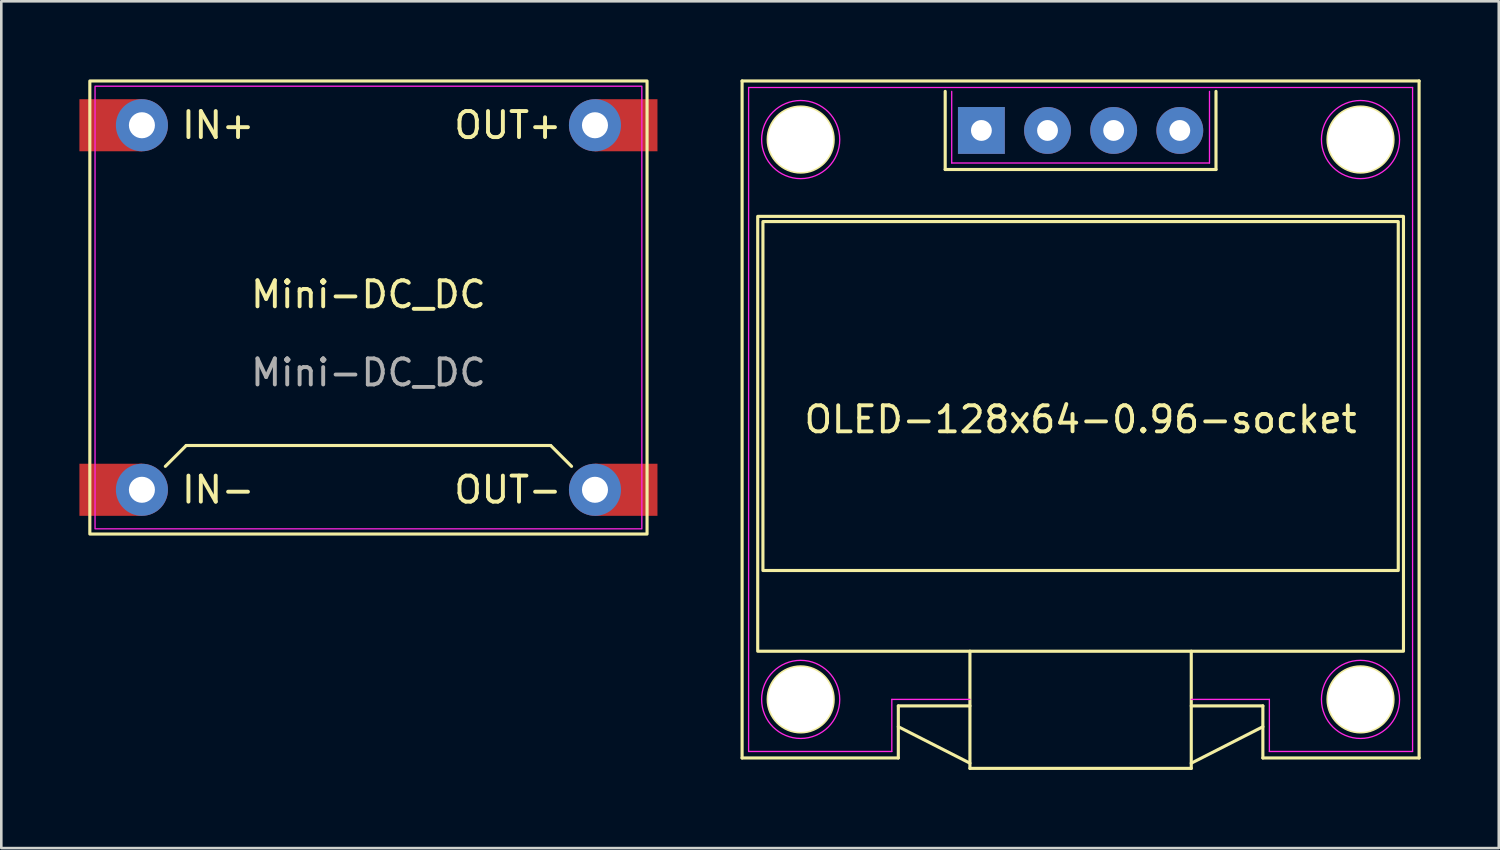
<source format=kicad_pcb>
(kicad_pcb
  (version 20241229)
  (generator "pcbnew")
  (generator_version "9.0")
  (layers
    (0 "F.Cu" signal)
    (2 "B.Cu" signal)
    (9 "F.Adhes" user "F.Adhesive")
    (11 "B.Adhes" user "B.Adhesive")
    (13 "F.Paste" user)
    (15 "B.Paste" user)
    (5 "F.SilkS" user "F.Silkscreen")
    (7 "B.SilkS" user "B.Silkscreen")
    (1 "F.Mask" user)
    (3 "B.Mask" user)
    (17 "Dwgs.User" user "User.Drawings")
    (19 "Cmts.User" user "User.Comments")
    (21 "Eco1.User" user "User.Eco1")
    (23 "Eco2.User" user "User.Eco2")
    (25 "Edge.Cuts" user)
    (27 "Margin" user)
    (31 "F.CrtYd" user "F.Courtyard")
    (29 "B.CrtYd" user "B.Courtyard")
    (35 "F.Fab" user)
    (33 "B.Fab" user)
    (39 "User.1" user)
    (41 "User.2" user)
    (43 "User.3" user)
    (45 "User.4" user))
  (footprint "Mini-DC_DC"
    (layer "F.Cu")
    (at 11.1 8.76)
    (property "Reference" "Mini-DC_DC" (at 0 -0.5 0) (unlocked yes) (layer "F.SilkS") (effects (font (size 1 1) (thickness 0.15))))
    (attr through_hole)
    (fp_line (start -7.8 6.1) (end -7 5.3) (stroke (width 0.12) (type default)) (layer "F.SilkS"))
    (fp_line (start -7 5.3) (end 7 5.3) (stroke (width 0.12) (type default)) (layer "F.SilkS"))
    (fp_line (start 7 5.3) (end 7.8 6.1) (stroke (width 0.12) (type default)) (layer "F.SilkS"))
    (fp_rect (start -10.7 -8.7) (end 10.7 8.7) (stroke (width 0.12) (type default)) (fill no) (layer "F.SilkS"))
    (fp_rect (start -10.5 -8.5) (end 10.5 8.5) (stroke (width 0.05) (type default)) (fill no) (layer "F.CrtYd"))
    (fp_text user "IN-" (at -7.25 7 0) (unlocked yes) (layer "F.SilkS") (effects (font (size 1 1) (thickness 0.15)) (justify left)))
    (fp_text user "OUT-" (at 7.5 7 0) (unlocked yes) (layer "F.SilkS") (effects (font (size 1 1) (thickness 0.15)) (justify right)))
    (fp_text user "IN+" (at -7.25 -7 0) (unlocked yes) (layer "F.SilkS") (effects (font (size 1 1) (thickness 0.15)) (justify left)))
    (fp_text user "OUT+" (at 7.5 -7 0) (unlocked yes) (layer "F.SilkS") (effects (font (size 1 1) (thickness 0.15)) (justify right)))
    (fp_text user "${REFERENCE}" (at 0 2.5 0) (unlocked yes) (layer "F.Fab") (effects (font (size 1 1) (thickness 0.15))))
    (pad "1" smd rect (at -10.3 -7) (size 2.4 2) (drill (offset 0.4 0)) (layers "F.Cu" "F.Mask"))
    (pad "1" thru_hole circle (at -8.7 -7) (size 2 2) (drill 1) (layers "*.Cu" "*.Mask"))
    (pad "2" smd rect (at -10.3 7) (size 2.4 2) (drill (offset 0.4 0)) (layers "F.Cu" "F.Mask"))
    (pad "2" thru_hole circle (at -8.7 7) (size 2 2) (drill 1) (layers "*.Cu" "*.Mask"))
    (pad "3" thru_hole circle (at 8.7 -7) (size 2 2) (drill 1) (layers "*.Cu" "*.Mask"))
    (pad "3" smd rect (at 9.5 -7) (size 2.4 2) (drill (offset 0.4 0)) (layers "F.Cu" "F.Mask"))
    (pad "4" thru_hole circle (at 8.7 7) (size 2 2) (drill 1) (layers "*.Cu" "*.Mask"))
    (pad "4" smd rect (at 9.5 7) (size 2.4 2) (drill (offset 0.4 0)) (layers "F.Cu" "F.Mask")))
  (footprint "OLED-128x64-0.96-socket"
    (layer "F.Cu")
    (at 25.45 26.06)
    (property "Reference" "OLED-128x64-0.96-socket" (at 13 -13 0) (layer "F.SilkS") (effects (font (size 1 1) (thickness 0.15))))
    (fp_line (start 0 -26) (end 0 0) (stroke (width 0.12) (type solid)) (layer "F.SilkS"))
    (fp_line (start 0 0) (end 6 0) (stroke (width 0.12) (type solid)) (layer "F.SilkS"))
    (fp_line (start 6 -2) (end 8.75 -2) (stroke (width 0.12) (type solid)) (layer "F.SilkS"))
    (fp_line (start 6 0) (end 6 -2) (stroke (width 0.12) (type solid)) (layer "F.SilkS"))
    (fp_line (start 7.8 -22.6) (end 7.8 -25.6) (stroke (width 0.12) (type solid)) (layer "F.SilkS"))
    (fp_line (start 8.75 0.2) (end 6 -1.2) (stroke (width 0.12) (type solid)) (layer "F.SilkS"))
    (fp_line (start 8.75 0.4) (end 8.75 -4.1) (stroke (width 0.12) (type solid)) (layer "F.SilkS"))
    (fp_line (start 8.75 0.4) (end 17.25 0.4) (stroke (width 0.12) (type solid)) (layer "F.SilkS"))
    (fp_line (start 17.25 -4.1) (end 17.25 0.4) (stroke (width 0.12) (type solid)) (layer "F.SilkS"))
    (fp_line (start 18.2 -25.6) (end 18.2 -22.6) (stroke (width 0.12) (type solid)) (layer "F.SilkS"))
    (fp_line (start 18.2 -22.6) (end 7.8 -22.6) (stroke (width 0.12) (type solid)) (layer "F.SilkS"))
    (fp_line (start 20 -2) (end 17.25 -2) (stroke (width 0.12) (type solid)) (layer "F.SilkS"))
    (fp_line (start 20 -2) (end 20 0) (stroke (width 0.12) (type solid)) (layer "F.SilkS"))
    (fp_line (start 20 -1.2) (end 17.25 0.2) (stroke (width 0.12) (type solid)) (layer "F.SilkS"))
    (fp_line (start 20 0) (end 26 0) (stroke (width 0.12) (type solid)) (layer "F.SilkS"))
    (fp_line (start 26 -26) (end 0 -26) (stroke (width 0.12) (type solid)) (layer "F.SilkS"))
    (fp_line (start 26 0) (end 26 -26) (stroke (width 0.12) (type solid)) (layer "F.SilkS"))
    (fp_rect (start 0.6 -4.1) (end 25.4 -20.8) (stroke (width 0.12) (type solid)) (fill no) (layer "F.SilkS"))
    (fp_rect (start 25.2 -7.2) (end 0.8 -20.6) (stroke (width 0.12) (type solid)) (fill no) (layer "F.SilkS"))
    (fp_circle (center 2.25 -23.75) (end 3.5 -23.75) (stroke (width 0.12) (type solid)) (fill no) (layer "F.SilkS"))
    (fp_circle (center 2.25 -2.25) (end 3.5 -2.25) (stroke (width 0.12) (type solid)) (fill no) (layer "F.SilkS"))
    (fp_circle (center 23.75 -23.75) (end 25 -23.75) (stroke (width 0.12) (type solid)) (fill no) (layer "F.SilkS"))
    (fp_circle (center 23.75 -2.25) (end 25 -2.25) (stroke (width 0.12) (type solid)) (fill no) (layer "F.SilkS"))
    (fp_line (start 0.25 -25.75) (end 25.75 -25.75) (stroke (width 0.05) (type solid)) (layer "F.CrtYd"))
    (fp_line (start 0.25 -0.25) (end 0.25 -25.75) (stroke (width 0.05) (type solid)) (layer "F.CrtYd"))
    (fp_line (start 5.75 -2.25) (end 8.75 -2.25) (stroke (width 0.05) (type solid)) (layer "F.CrtYd"))
    (fp_line (start 5.75 -0.25) (end 0.25 -0.25) (stroke (width 0.05) (type solid)) (layer "F.CrtYd"))
    (fp_line (start 5.75 -0.25) (end 5.75 -2.25) (stroke (width 0.05) (type solid)) (layer "F.CrtYd"))
    (fp_line (start 8.05 -22.85) (end 8.05 -25.6) (stroke (width 0.05) (type solid)) (layer "F.CrtYd"))
    (fp_line (start 17.95 -25.6) (end 17.95 -22.85) (stroke (width 0.05) (type solid)) (layer "F.CrtYd"))
    (fp_line (start 17.95 -22.85) (end 8.05 -22.85) (stroke (width 0.05) (type solid)) (layer "F.CrtYd"))
    (fp_line (start 20.25 -2.25) (end 17.25 -2.25) (stroke (width 0.05) (type solid)) (layer "F.CrtYd"))
    (fp_line (start 20.25 -0.25) (end 20.25 -2.25) (stroke (width 0.05) (type solid)) (layer "F.CrtYd"))
    (fp_line (start 25.75 -25.75) (end 25.75 -0.25) (stroke (width 0.05) (type solid)) (layer "F.CrtYd"))
    (fp_line (start 25.75 -0.25) (end 20.25 -0.25) (stroke (width 0.05) (type solid)) (layer "F.CrtYd"))
    (fp_circle (center 2.25 -23.75) (end 3.75 -23.75) (stroke (width 0.05) (type solid)) (fill no) (layer "F.CrtYd"))
    (fp_circle (center 2.25 -2.25) (end 3.75 -2.25) (stroke (width 0.05) (type solid)) (fill no) (layer "F.CrtYd"))
    (fp_circle (center 23.75 -23.75) (end 25.25 -23.75) (stroke (width 0.05) (type solid)) (fill no) (layer "F.CrtYd"))
    (fp_circle (center 23.75 -2.25) (end 25.25 -2.25) (stroke (width 0.05) (type solid)) (fill no) (layer "F.CrtYd"))
    (pad "" np_thru_hole circle (at 2.25 -23.75) (size 2.5 2.5) (drill 2.5) (layers "*.Cu" "*.Mask"))
    (pad "" np_thru_hole circle (at 2.25 -2.25) (size 2.5 2.5) (drill 2.5) (layers "*.Cu" "*.Mask"))
    (pad "" np_thru_hole circle (at 23.75 -23.75) (size 2.5 2.5) (drill 2.5) (layers "*.Cu" "*.Mask"))
    (pad "" np_thru_hole circle (at 23.75 -2.25) (size 2.5 2.5) (drill 2.5) (layers "*.Cu" "*.Mask"))
    (pad "1" thru_hole rect (at 9.19 -24.1) (size 1.8 1.8) (drill 0.8) (layers "*.Cu" "*.Mask"))
    (pad "2" thru_hole circle (at 11.73 -24.1) (size 1.8 1.8) (drill 0.8) (layers "*.Cu" "*.Mask"))
    (pad "3" thru_hole circle (at 14.27 -24.1) (size 1.8 1.8) (drill 0.8) (layers "*.Cu" "*.Mask"))
    (pad "4" thru_hole circle (at 16.81 -24.1) (size 1.8 1.8) (drill 0.8) (layers "*.Cu" "*.Mask")))
  (gr_rect
    (start -3 -3)
    (end 54.51 29.52)
    (stroke (width 0.1) (type default))
    (fill no)
    (layer "Edge.Cuts")))
</source>
